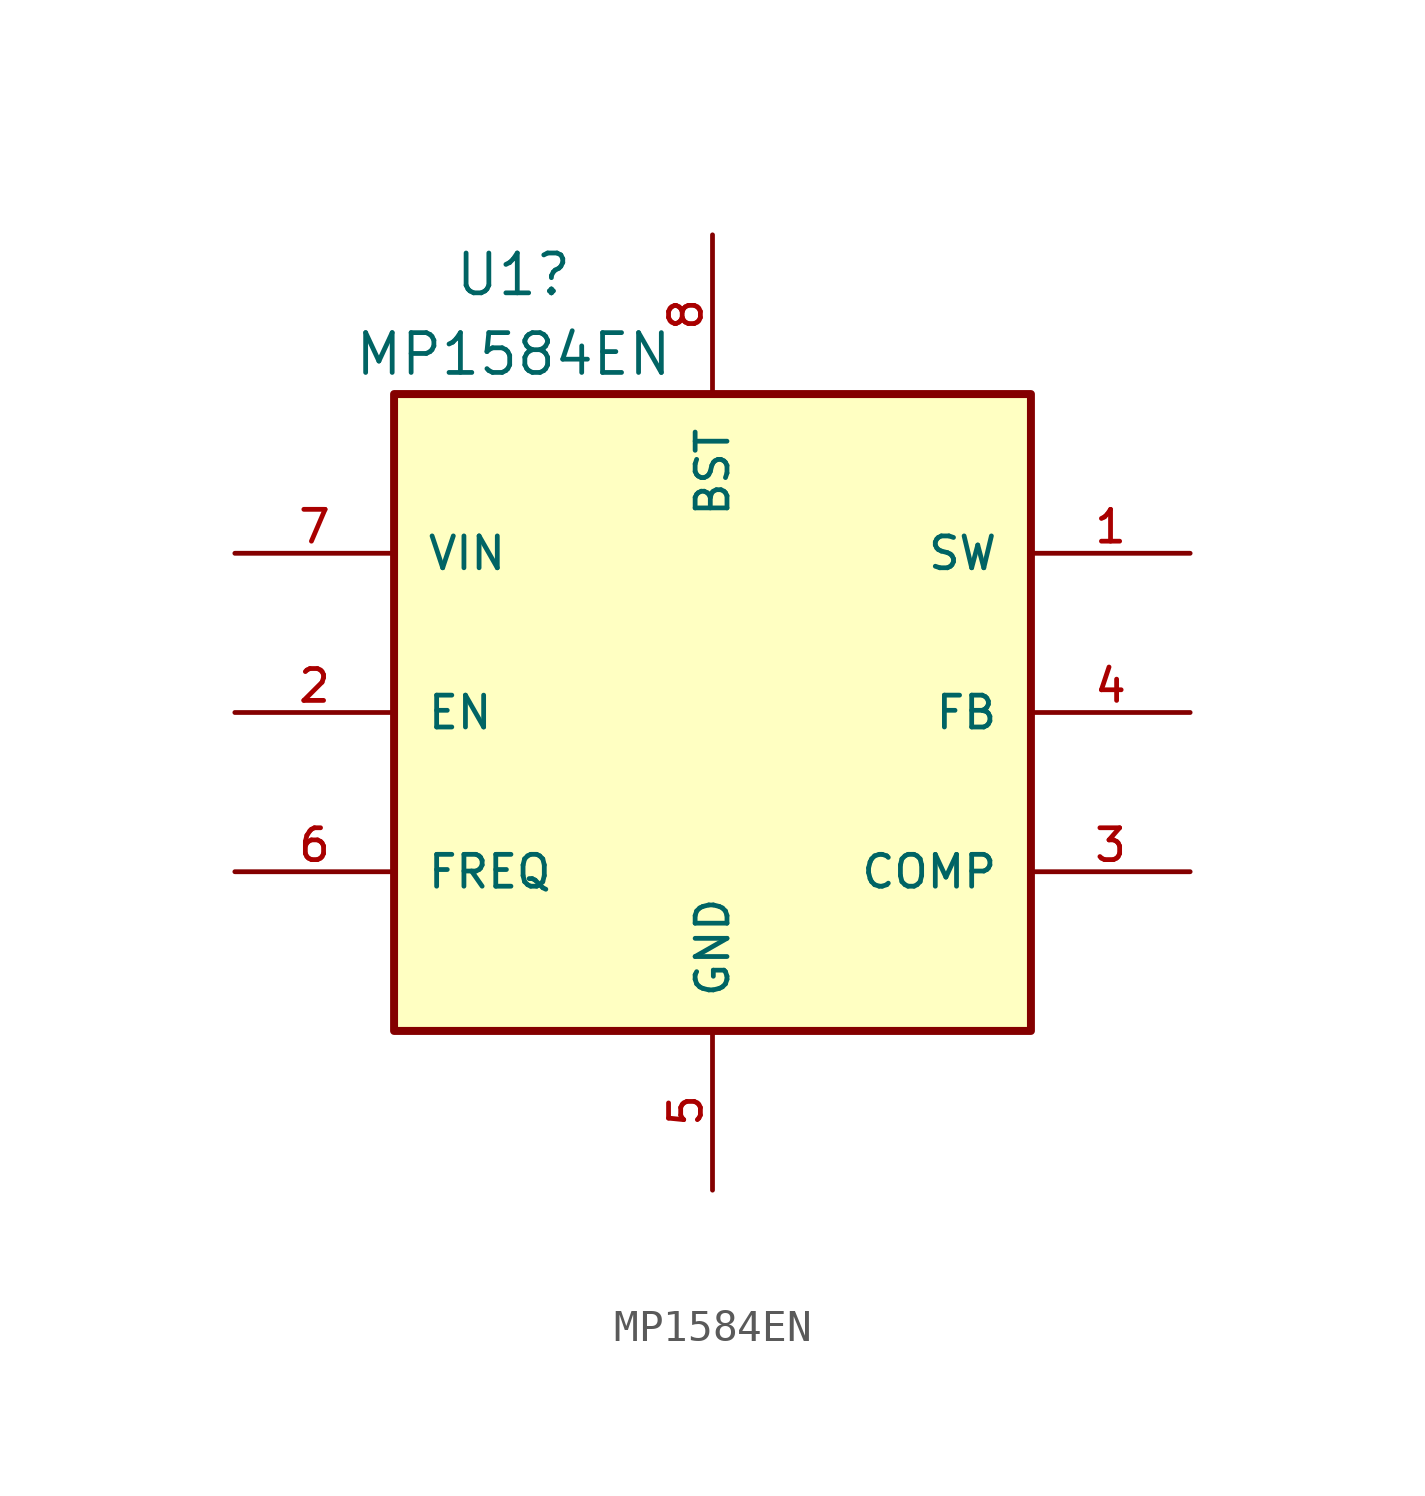
<source format=kicad_sym>
(kicad_symbol_lib
  (version 20220914)
  (generator kicad_symbol_editor)
  (symbol "MP1584EN"
    (pin_names
      (offset 1.016))
    (property "Reference" "U1"
      (at -6.35 13.97 0)
      (effects (font (size 1.27 1.27))))
    (property "Value" "MP1584EN"
      (at -6.35 11.43 0)
      (effects (font (size 1.27 1.27))))
    (symbol "MP1584EN_0_0"
      (rectangle (start -10.16 -10.16) (end 10.16 10.16) (stroke (width 0.254) (type default)) (fill (type background)))
      (pin output line (at 15.24 5.08 180) (length 5.08) (name "SW" (effects (font (size 1.016 1.016)))) (number "1" (effects (font (size 1.016 1.016)))))
      (pin input line (at -15.24 0 0) (length 5.08) (name "EN" (effects (font (size 1.016 1.016)))) (number "2" (effects (font (size 1.016 1.016)))))
      (pin output line (at 15.24 -5.08 180) (length 5.08) (name "COMP" (effects (font (size 1.016 1.016)))) (number "3" (effects (font (size 1.016 1.016)))))
      (pin input line (at 15.24 0 180) (length 5.08) (name "FB" (effects (font (size 1.016 1.016)))) (number "4" (effects (font (size 1.016 1.016)))))
      (pin power_in line (at 0 -15.24 90) (length 5.08) (name "GND" (effects (font (size 1.016 1.016)))) (number "5" (effects (font (size 1.016 1.016)))))
      (pin input line (at -15.24 -5.08 0) (length 5.08) (name "FREQ" (effects (font (size 1.016 1.016)))) (number "6" (effects (font (size 1.016 1.016)))))
      (pin input line (at -15.24 5.08 0) (length 5.08) (name "VIN" (effects (font (size 1.016 1.016)))) (number "7" (effects (font (size 1.016 1.016)))))
      (pin passive line (at 0 15.24 270) (length 5.08) (name "BST" (effects (font (size 1.016 1.016)))) (number "8" (effects (font (size 1.016 1.016))))))))
</source>
